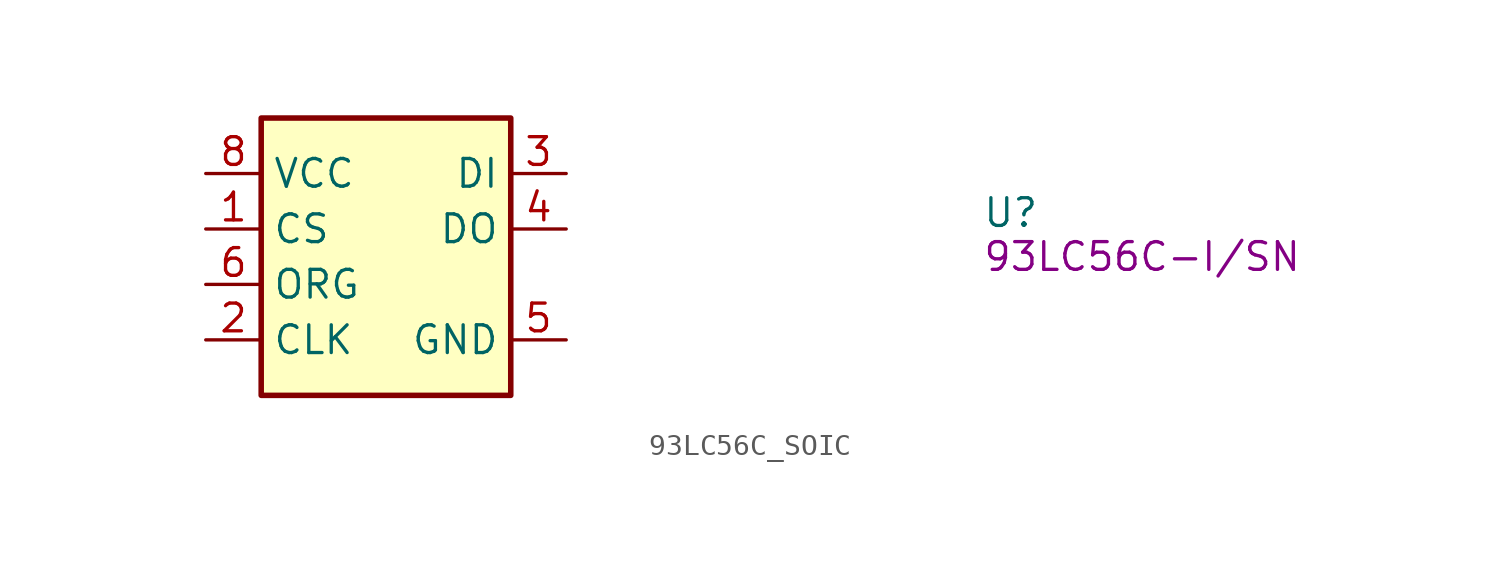
<source format=kicad_sym>
(kicad_symbol_lib
  (version 20220914)
  (generator kicad_symbol_editor)
  (symbol "93LC56C_SOIC"
    (property "Reference" "U"
      (at 35.56 -2.54 0)
      (effects (font (size 1.27 1.27) (thickness 0.15)) (justify left bottom)))
    (property "MPN" "93LC56C-I/SN"
      (at 35.56 -3.81 0)
      (effects (font (size 1.27 1.27)) (justify left)))
    (symbol "93LC56C_SOIC_1_1"
      (rectangle (start 2.54 2.54) (end 13.97 -10.16) (stroke (width 0.254) (type default)) (fill (type background)))
      (pin input line (at 0 -2.54 0) (length 2.54) (name "CS" (effects (font (size 1.27 1.27)))) (number "1" (effects (font (size 1.27 1.27)))))
      (pin input line (at 0 -7.62 0) (length 2.54) (name "CLK" (effects (font (size 1.27 1.27)))) (number "2" (effects (font (size 1.27 1.27)))))
      (pin input line (at 16.51 0 180) (length 2.54) (name "DI" (effects (font (size 1.27 1.27)))) (number "3" (effects (font (size 1.27 1.27)))))
      (pin tri_state line (at 16.51 -2.54 180) (length 2.54) (name "DO" (effects (font (size 1.27 1.27)))) (number "4" (effects (font (size 1.27 1.27)))))
      (pin power_in line (at 16.51 -7.62 180) (length 2.54) (name "GND" (effects (font (size 1.27 1.27)))) (number "5" (effects (font (size 1.27 1.27)))))
      (pin input line (at 0 -5.08 0) (length 2.54) (name "ORG" (effects (font (size 1.27 1.27)))) (number "6" (effects (font (size 1.27 1.27)))))
      (pin no_connect line (at 13.97 -5.08 180) (length 2.54) hide (name "NC" (effects (font (size 1.27 1.27)))) (number "7" (effects (font (size 1.27 1.27)))))
      (pin power_in line (at 0 0 0) (length 2.54) (name "VCC" (effects (font (size 1.27 1.27)))) (number "8" (effects (font (size 1.27 1.27))))))))
</source>
